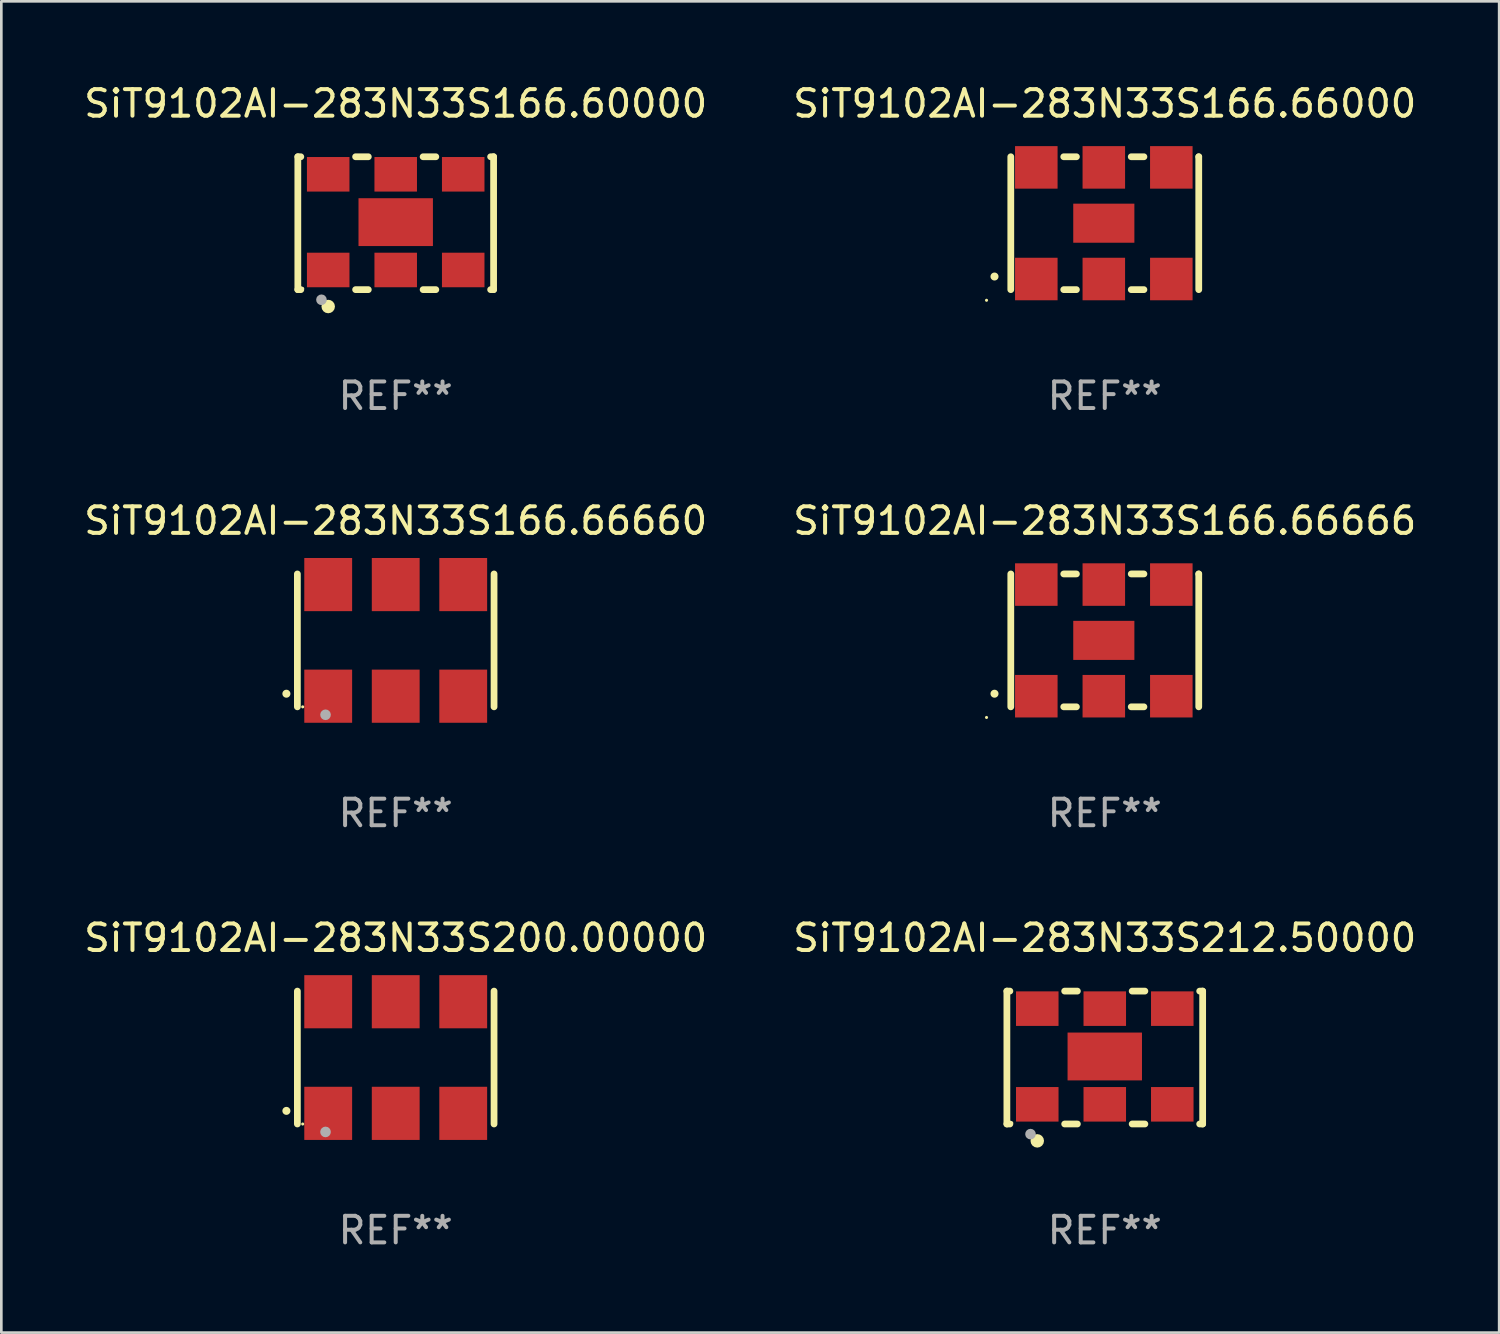
<source format=kicad_pcb>
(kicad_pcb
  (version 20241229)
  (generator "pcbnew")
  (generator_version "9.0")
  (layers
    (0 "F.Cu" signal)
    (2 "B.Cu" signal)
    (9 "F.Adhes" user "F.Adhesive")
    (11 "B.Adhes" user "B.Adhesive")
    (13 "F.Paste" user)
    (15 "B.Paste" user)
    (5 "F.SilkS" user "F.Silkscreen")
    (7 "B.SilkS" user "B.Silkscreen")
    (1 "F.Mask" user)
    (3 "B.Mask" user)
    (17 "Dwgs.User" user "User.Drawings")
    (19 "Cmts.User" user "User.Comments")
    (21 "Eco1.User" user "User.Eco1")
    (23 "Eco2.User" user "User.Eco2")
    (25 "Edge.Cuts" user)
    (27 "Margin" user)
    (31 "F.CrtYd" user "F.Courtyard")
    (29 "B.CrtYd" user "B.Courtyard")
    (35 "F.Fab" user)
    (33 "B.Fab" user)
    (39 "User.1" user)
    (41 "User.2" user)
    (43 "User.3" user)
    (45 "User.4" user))
  (footprint "SiT9102AI-283N33S166.66660"
    (layer "F.Cu")
    (at 11.839 21.045)
    (property "Reference" "SiT9102AI-283N33S166.66660" (at 0 -4.5 0) (layer "F.SilkS") (effects (font (size 1 1) (thickness 0.15))))
    (attr through_hole)
    (fp_line (start -3.7 -2.5) (end -3.7 2.5) (stroke (width 0.254) (type solid)) (layer "F.SilkS"))
    (fp_line (start 3.7 -2.5) (end 3.7 2.5) (stroke (width 0.254) (type solid)) (layer "F.SilkS"))
    (fp_arc (start -4.114415 2.006604) (mid -4.113145 2.006599) (end -4.111875 2.006604) (stroke (width 0.3) (type solid)) (layer "F.SilkS"))
    (fp_circle (center -3.5 2.501) (end -3.47 2.501) (stroke (width 0.06) (type solid)) (fill no) (layer "F.SilkS"))
    (fp_circle (center -2.641 2.799) (end -2.541 2.799) (stroke (width 0.2) (type solid)) (fill no) (layer "F.Fab"))
    (fp_text user "REF**" (at 0 6.5 0) (layer "F.Fab") (effects (font (size 1 1) (thickness 0.15))))
    (pad "1" smd rect (at -2.54 2.1) (size 1.8 2) (layers "F.Cu" "F.Mask" "F.Paste"))
    (pad "2" smd rect (at 0.000394 2.1) (size 1.8 2) (layers "F.Cu" "F.Mask" "F.Paste"))
    (pad "3" smd rect (at 2.54 2.1) (size 1.8 2) (layers "F.Cu" "F.Mask" "F.Paste"))
    (pad "4" smd rect (at 2.54 -2.1) (size 1.8 2) (layers "F.Cu" "F.Mask" "F.Paste"))
    (pad "5" smd rect (at 0.000394 -2.1) (size 1.8 2) (layers "F.Cu" "F.Mask" "F.Paste"))
    (pad "6" smd rect (at -2.54 -2.1) (size 1.8 2) (layers "F.Cu" "F.Mask" "F.Paste")))
  (footprint "SiT9102AI-283N33S200.00000"
    (layer "F.Cu")
    (at 11.839 36.741)
    (property "Reference" "SiT9102AI-283N33S200.00000" (at 0 -4.5 0) (layer "F.SilkS") (effects (font (size 1 1) (thickness 0.15))))
    (attr through_hole)
    (fp_line (start -3.7 -2.5) (end -3.7 2.5) (stroke (width 0.254) (type solid)) (layer "F.SilkS"))
    (fp_line (start 3.7 -2.5) (end 3.7 2.5) (stroke (width 0.254) (type solid)) (layer "F.SilkS"))
    (fp_arc (start -4.114415 2.006604) (mid -4.113145 2.006599) (end -4.111875 2.006604) (stroke (width 0.3) (type solid)) (layer "F.SilkS"))
    (fp_circle (center -3.5 2.501) (end -3.47 2.501) (stroke (width 0.06) (type solid)) (fill no) (layer "F.SilkS"))
    (fp_circle (center -2.641 2.799) (end -2.541 2.799) (stroke (width 0.2) (type solid)) (fill no) (layer "F.Fab"))
    (fp_text user "REF**" (at 0 6.5 0) (layer "F.Fab") (effects (font (size 1 1) (thickness 0.15))))
    (pad "1" smd rect (at -2.54 2.1) (size 1.8 2) (layers "F.Cu" "F.Mask" "F.Paste"))
    (pad "2" smd rect (at 0.000394 2.1) (size 1.8 2) (layers "F.Cu" "F.Mask" "F.Paste"))
    (pad "3" smd rect (at 2.54 2.1) (size 1.8 2) (layers "F.Cu" "F.Mask" "F.Paste"))
    (pad "4" smd rect (at 2.54 -2.1) (size 1.8 2) (layers "F.Cu" "F.Mask" "F.Paste"))
    (pad "5" smd rect (at 0.000394 -2.1) (size 1.8 2) (layers "F.Cu" "F.Mask" "F.Paste"))
    (pad "6" smd rect (at -2.54 -2.1) (size 1.8 2) (layers "F.Cu" "F.Mask" "F.Paste")))
  (footprint "SiT9102AI-283N33S212.50000"
    (layer "F.Cu")
    (at 38.518 36.741)
    (property "Reference" "SiT9102AI-283N33S212.50000" (at 0 -4.5 0) (layer "F.SilkS") (effects (font (size 1 1) (thickness 0.15))))
    (attr through_hole)
    (fp_line (start -3.683 -2.5) (end -3.571 -2.5) (stroke (width 0.254) (type solid)) (layer "F.SilkS"))
    (fp_line (start -3.683 2.5) (end -3.683 -2.5) (stroke (width 0.254) (type solid)) (layer "F.SilkS"))
    (fp_line (start -3.683 2.5) (end -3.571 2.5) (stroke (width 0.254) (type solid)) (layer "F.SilkS"))
    (fp_line (start -1.509 -2.5) (end -1.031 -2.5) (stroke (width 0.254) (type solid)) (layer "F.SilkS"))
    (fp_line (start -1.509 2.5) (end -1.031 2.5) (stroke (width 0.254) (type solid)) (layer "F.SilkS"))
    (fp_line (start 1.031 -2.5) (end 1.509 -2.5) (stroke (width 0.254) (type solid)) (layer "F.SilkS"))
    (fp_line (start 1.031 2.5) (end 1.509 2.5) (stroke (width 0.254) (type solid)) (layer "F.SilkS"))
    (fp_line (start 3.571 -2.5) (end 3.683 -2.5) (stroke (width 0.254) (type solid)) (layer "F.SilkS"))
    (fp_line (start 3.571 2.5) (end 3.683 2.5) (stroke (width 0.254) (type solid)) (layer "F.SilkS"))
    (fp_line (start 3.683 2.5) (end 3.683 -2.5) (stroke (width 0.254) (type solid)) (layer "F.SilkS"))
    (fp_circle (center -3.5 2.46) (end -3.47 2.46) (stroke (width 0.06) (type solid)) (fill no) (layer "F.SilkS"))
    (fp_circle (center -2.54 3.135) (end -2.413 3.135) (stroke (width 0.254) (type solid)) (fill no) (layer "F.SilkS"))
    (fp_circle (center -2.794 2.881) (end -2.694 2.881) (stroke (width 0.2) (type solid)) (fill no) (layer "F.Fab"))
    (fp_text user "REF**" (at 0 6.5 0) (layer "F.Fab") (effects (font (size 1 1) (thickness 0.15))))
    (pad "1" smd rect (at -2.54 1.76) (size 1.6 1.3) (layers "F.Cu" "F.Mask" "F.Paste"))
    (pad "2" smd rect (at 0 1.76) (size 1.6 1.3) (layers "F.Cu" "F.Mask" "F.Paste"))
    (pad "3" smd rect (at 2.54 1.76) (size 1.6 1.3) (layers "F.Cu" "F.Mask" "F.Paste"))
    (pad "4" smd rect (at 2.54 -1.84) (size 1.6 1.3) (layers "F.Cu" "F.Mask" "F.Paste"))
    (pad "5" smd rect (at 0 -1.84) (size 1.6 1.3) (layers "F.Cu" "F.Mask" "F.Paste"))
    (pad "6" smd rect (at -2.54 -1.84) (size 1.6 1.3) (layers "F.Cu" "F.Mask" "F.Paste"))
    (pad "7" smd rect (at 0 -0.04) (size 2.8 1.8) (layers "F.Cu" "F.Mask" "F.Paste")))
  (footprint "SiT9102AI-283N33S166.66000"
    (layer "F.Cu")
    (at 38.518 5.348)
    (property "Reference" "SiT9102AI-283N33S166.66000" (at 0 -4.5 0) (layer "F.SilkS") (effects (font (size 1 1) (thickness 0.15))))
    (attr through_hole)
    (fp_line (start -3.536 -2.5) (end -3.536 2.5) (stroke (width 0.254) (type solid)) (layer "F.SilkS"))
    (fp_line (start -1.544 2.5) (end -1.067 2.5) (stroke (width 0.254) (type solid)) (layer "F.SilkS"))
    (fp_line (start -1.067 -2.5) (end -1.544 -2.5) (stroke (width 0.254) (type solid)) (layer "F.SilkS"))
    (fp_line (start 0.996 2.5) (end 1.473 2.5) (stroke (width 0.254) (type solid)) (layer "F.SilkS"))
    (fp_line (start 1.473 -2.5) (end 0.996 -2.5) (stroke (width 0.254) (type solid)) (layer "F.SilkS"))
    (fp_line (start 3.536 -2.5) (end 3.536 -2.5) (stroke (width 0.254) (type solid)) (layer "F.SilkS"))
    (fp_line (start 3.536 2.5) (end 3.536 -2.5) (stroke (width 0.254) (type solid)) (layer "F.SilkS"))
    (fp_arc (start -4.150432 2.006604) (mid -4.149162 2.006599) (end -4.147892 2.006604) (stroke (width 0.3) (type solid)) (layer "F.SilkS"))
    (fp_circle (center -4.449 2.9) (end -4.419 2.9) (stroke (width 0.06) (type solid)) (fill no) (layer "F.SilkS"))
    (fp_text user "REF**" (at 0 6.5 0) (layer "F.Fab") (effects (font (size 1 1) (thickness 0.15))))
    (pad "1" smd rect (at -2.576 2.1) (size 1.6 1.6) (layers "F.Cu" "F.Mask" "F.Paste"))
    (pad "2" smd rect (at -0.036 2.1) (size 1.6 1.6) (layers "F.Cu" "F.Mask" "F.Paste"))
    (pad "3" smd rect (at 2.504 2.1) (size 1.6 1.6) (layers "F.Cu" "F.Mask" "F.Paste"))
    (pad "4" smd rect (at 2.504 -2.1) (size 1.6 1.6) (layers "F.Cu" "F.Mask" "F.Paste"))
    (pad "5" smd rect (at -0.036 -2.1) (size 1.6 1.6) (layers "F.Cu" "F.Mask" "F.Paste"))
    (pad "6" smd rect (at -2.576 -2.1) (size 1.6 1.6) (layers "F.Cu" "F.Mask" "F.Paste"))
    (pad "7" smd rect (at -0.036 0) (size 2.3 1.47) (layers "F.Cu" "F.Mask" "F.Paste")))
  (footprint "SiT9102AI-283N33S166.60000"
    (layer "F.Cu")
    (at 11.839 5.348)
    (property "Reference" "SiT9102AI-283N33S166.60000" (at 0 -4.5 0) (layer "F.SilkS") (effects (font (size 1 1) (thickness 0.15))))
    (attr through_hole)
    (fp_line (start -3.683 -2.5) (end -3.571 -2.5) (stroke (width 0.254) (type solid)) (layer "F.SilkS"))
    (fp_line (start -3.683 2.5) (end -3.683 -2.5) (stroke (width 0.254) (type solid)) (layer "F.SilkS"))
    (fp_line (start -3.683 2.5) (end -3.571 2.5) (stroke (width 0.254) (type solid)) (layer "F.SilkS"))
    (fp_line (start -1.509 -2.5) (end -1.031 -2.5) (stroke (width 0.254) (type solid)) (layer "F.SilkS"))
    (fp_line (start -1.509 2.5) (end -1.031 2.5) (stroke (width 0.254) (type solid)) (layer "F.SilkS"))
    (fp_line (start 1.031 -2.5) (end 1.509 -2.5) (stroke (width 0.254) (type solid)) (layer "F.SilkS"))
    (fp_line (start 1.031 2.5) (end 1.509 2.5) (stroke (width 0.254) (type solid)) (layer "F.SilkS"))
    (fp_line (start 3.571 -2.5) (end 3.683 -2.5) (stroke (width 0.254) (type solid)) (layer "F.SilkS"))
    (fp_line (start 3.571 2.5) (end 3.683 2.5) (stroke (width 0.254) (type solid)) (layer "F.SilkS"))
    (fp_line (start 3.683 2.5) (end 3.683 -2.5) (stroke (width 0.254) (type solid)) (layer "F.SilkS"))
    (fp_circle (center -3.5 2.46) (end -3.47 2.46) (stroke (width 0.06) (type solid)) (fill no) (layer "F.SilkS"))
    (fp_circle (center -2.54 3.135) (end -2.413 3.135) (stroke (width 0.254) (type solid)) (fill no) (layer "F.SilkS"))
    (fp_circle (center -2.794 2.881) (end -2.694 2.881) (stroke (width 0.2) (type solid)) (fill no) (layer "F.Fab"))
    (fp_text user "REF**" (at 0 6.5 0) (layer "F.Fab") (effects (font (size 1 1) (thickness 0.15))))
    (pad "1" smd rect (at -2.54 1.76) (size 1.6 1.3) (layers "F.Cu" "F.Mask" "F.Paste"))
    (pad "2" smd rect (at 0 1.76) (size 1.6 1.3) (layers "F.Cu" "F.Mask" "F.Paste"))
    (pad "3" smd rect (at 2.54 1.76) (size 1.6 1.3) (layers "F.Cu" "F.Mask" "F.Paste"))
    (pad "4" smd rect (at 2.54 -1.84) (size 1.6 1.3) (layers "F.Cu" "F.Mask" "F.Paste"))
    (pad "5" smd rect (at 0 -1.84) (size 1.6 1.3) (layers "F.Cu" "F.Mask" "F.Paste"))
    (pad "6" smd rect (at -2.54 -1.84) (size 1.6 1.3) (layers "F.Cu" "F.Mask" "F.Paste"))
    (pad "7" smd rect (at 0 -0.04) (size 2.8 1.8) (layers "F.Cu" "F.Mask" "F.Paste")))
  (footprint "SiT9102AI-283N33S166.66666"
    (layer "F.Cu")
    (at 38.518 21.045)
    (property "Reference" "SiT9102AI-283N33S166.66666" (at 0 -4.5 0) (layer "F.SilkS") (effects (font (size 1 1) (thickness 0.15))))
    (attr through_hole)
    (fp_line (start -3.536 -2.5) (end -3.536 2.5) (stroke (width 0.254) (type solid)) (layer "F.SilkS"))
    (fp_line (start -1.544 2.5) (end -1.067 2.5) (stroke (width 0.254) (type solid)) (layer "F.SilkS"))
    (fp_line (start -1.067 -2.5) (end -1.544 -2.5) (stroke (width 0.254) (type solid)) (layer "F.SilkS"))
    (fp_line (start 0.996 2.5) (end 1.473 2.5) (stroke (width 0.254) (type solid)) (layer "F.SilkS"))
    (fp_line (start 1.473 -2.5) (end 0.996 -2.5) (stroke (width 0.254) (type solid)) (layer "F.SilkS"))
    (fp_line (start 3.536 -2.5) (end 3.536 -2.5) (stroke (width 0.254) (type solid)) (layer "F.SilkS"))
    (fp_line (start 3.536 2.5) (end 3.536 -2.5) (stroke (width 0.254) (type solid)) (layer "F.SilkS"))
    (fp_arc (start -4.150432 2.006604) (mid -4.149162 2.006599) (end -4.147892 2.006604) (stroke (width 0.3) (type solid)) (layer "F.SilkS"))
    (fp_circle (center -4.449 2.9) (end -4.419 2.9) (stroke (width 0.06) (type solid)) (fill no) (layer "F.SilkS"))
    (fp_text user "REF**" (at 0 6.5 0) (layer "F.Fab") (effects (font (size 1 1) (thickness 0.15))))
    (pad "1" smd rect (at -2.576 2.1) (size 1.6 1.6) (layers "F.Cu" "F.Mask" "F.Paste"))
    (pad "2" smd rect (at -0.036 2.1) (size 1.6 1.6) (layers "F.Cu" "F.Mask" "F.Paste"))
    (pad "3" smd rect (at 2.504 2.1) (size 1.6 1.6) (layers "F.Cu" "F.Mask" "F.Paste"))
    (pad "4" smd rect (at 2.504 -2.1) (size 1.6 1.6) (layers "F.Cu" "F.Mask" "F.Paste"))
    (pad "5" smd rect (at -0.036 -2.1) (size 1.6 1.6) (layers "F.Cu" "F.Mask" "F.Paste"))
    (pad "6" smd rect (at -2.576 -2.1) (size 1.6 1.6) (layers "F.Cu" "F.Mask" "F.Paste"))
    (pad "7" smd rect (at -0.036 0) (size 2.3 1.47) (layers "F.Cu" "F.Mask" "F.Paste")))
  (gr_rect
    (start -3 -3)
    (end 53.357 47.09)
    (stroke (width 0.1) (type default))
    (fill no)
    (layer "Edge.Cuts")))
</source>
